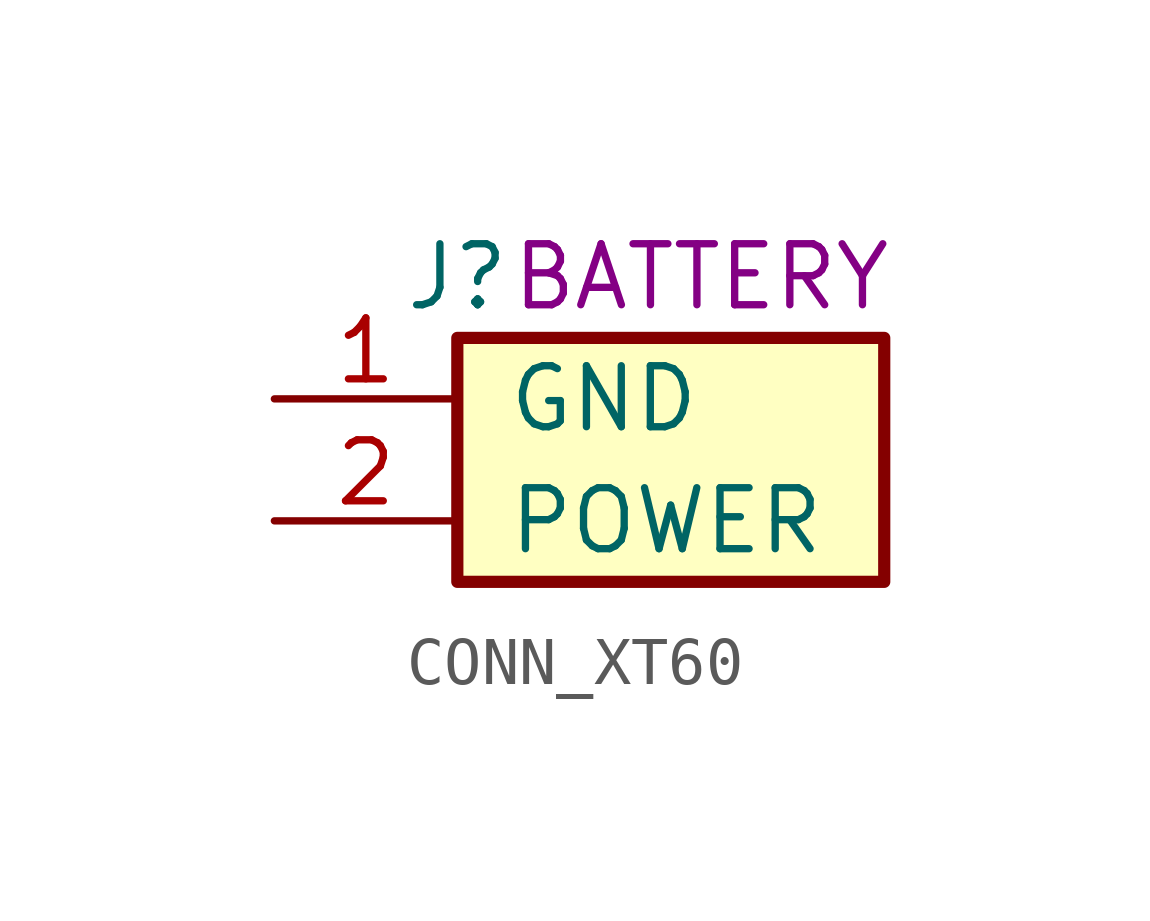
<source format=kicad_sym>
(kicad_symbol_lib
  (version 20211014)
  (generator kicad_symbol_editor)
  (symbol "CONN_XT60"
    (pin_names
      (offset 1.016))
    (property "Reference" "J"
      (at -1.27 2.54 0)
      (effects (font (size 1.27 1.27))))
    (property "Silkscreen" "BATTERY"
      (at 3.81 2.54 0)
      (effects (font (size 1.27 1.27))))
    (symbol "CONN_XT60_1_1"
      (rectangle (start -1.27 1.27) (end 7.62 -3.81) (stroke (width 0.254) (type default) (color 0 0 0 0)) (fill (type background)))
      (pin power_out line (at -5.08 0 0) (length 3.81) (name "GND" (effects (font (size 1.27 1.27)))) (number "1" (effects (font (size 1.27 1.27)))))
      (pin power_out line (at -5.08 -2.54 0) (length 3.81) (name "POWER" (effects (font (size 1.27 1.27)))) (number "2" (effects (font (size 1.27 1.27))))))))
</source>
